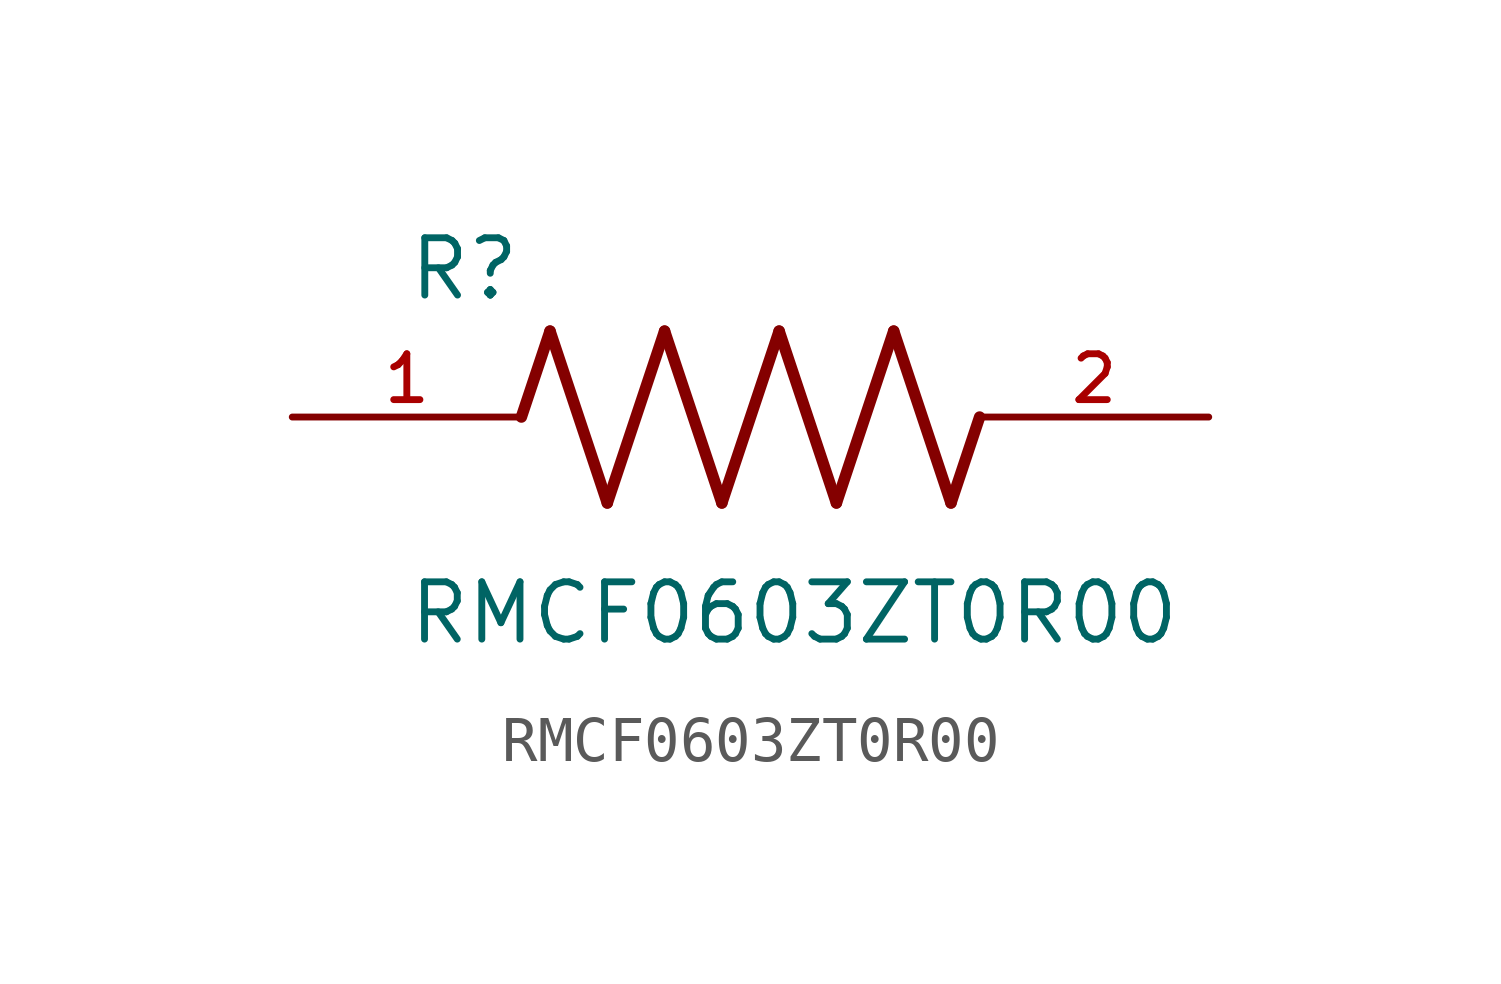
<source format=kicad_sym>
(kicad_symbol_lib
  (version 20211014)
  (generator kicad_symbol_editor)
  (symbol "RMCF0603ZT0R00"
    (pin_names
      (offset 1.016))
    (property "Reference" "R"
      (at -7.624 2.541 0)
      (effects (font (size 1.27 1.27)) (justify bottom left)))
    (property "Value" "RMCF0603ZT0R00"
      (at -7.63 -5.087 0)
      (effects (font (size 1.27 1.27)) (justify bottom left)))
    (symbol "RMCF0603ZT0R00_0_0"
      (polyline (pts (xy -5.08 0.0) (xy -4.445 1.905)) (stroke (width 0.254)))
      (polyline (pts (xy -4.445 1.905) (xy -3.175 -1.905)) (stroke (width 0.254)))
      (polyline (pts (xy -3.175 -1.905) (xy -1.905 1.905)) (stroke (width 0.254)))
      (polyline (pts (xy -1.905 1.905) (xy -0.635 -1.905)) (stroke (width 0.254)))
      (polyline (pts (xy -0.635 -1.905) (xy 0.635 1.905)) (stroke (width 0.254)))
      (polyline (pts (xy 0.635 1.905) (xy 1.905 -1.905)) (stroke (width 0.254)))
      (polyline (pts (xy 1.905 -1.905) (xy 3.175 1.905)) (stroke (width 0.254)))
      (polyline (pts (xy 3.175 1.905) (xy 4.445 -1.905)) (stroke (width 0.254)))
      (polyline (pts (xy 4.445 -1.905) (xy 5.08 0.0)) (stroke (width 0.254)))
      (pin passive line (at -10.16 0.0 0) (length 5.08) (name "~" (effects (font (size 1.016 1.016)))) (number "1" (effects (font (size 1.016 1.016)))))
      (pin passive line (at 10.16 0.0 180.0) (length 5.08) (name "~" (effects (font (size 1.016 1.016)))) (number "2" (effects (font (size 1.016 1.016))))))))
</source>
